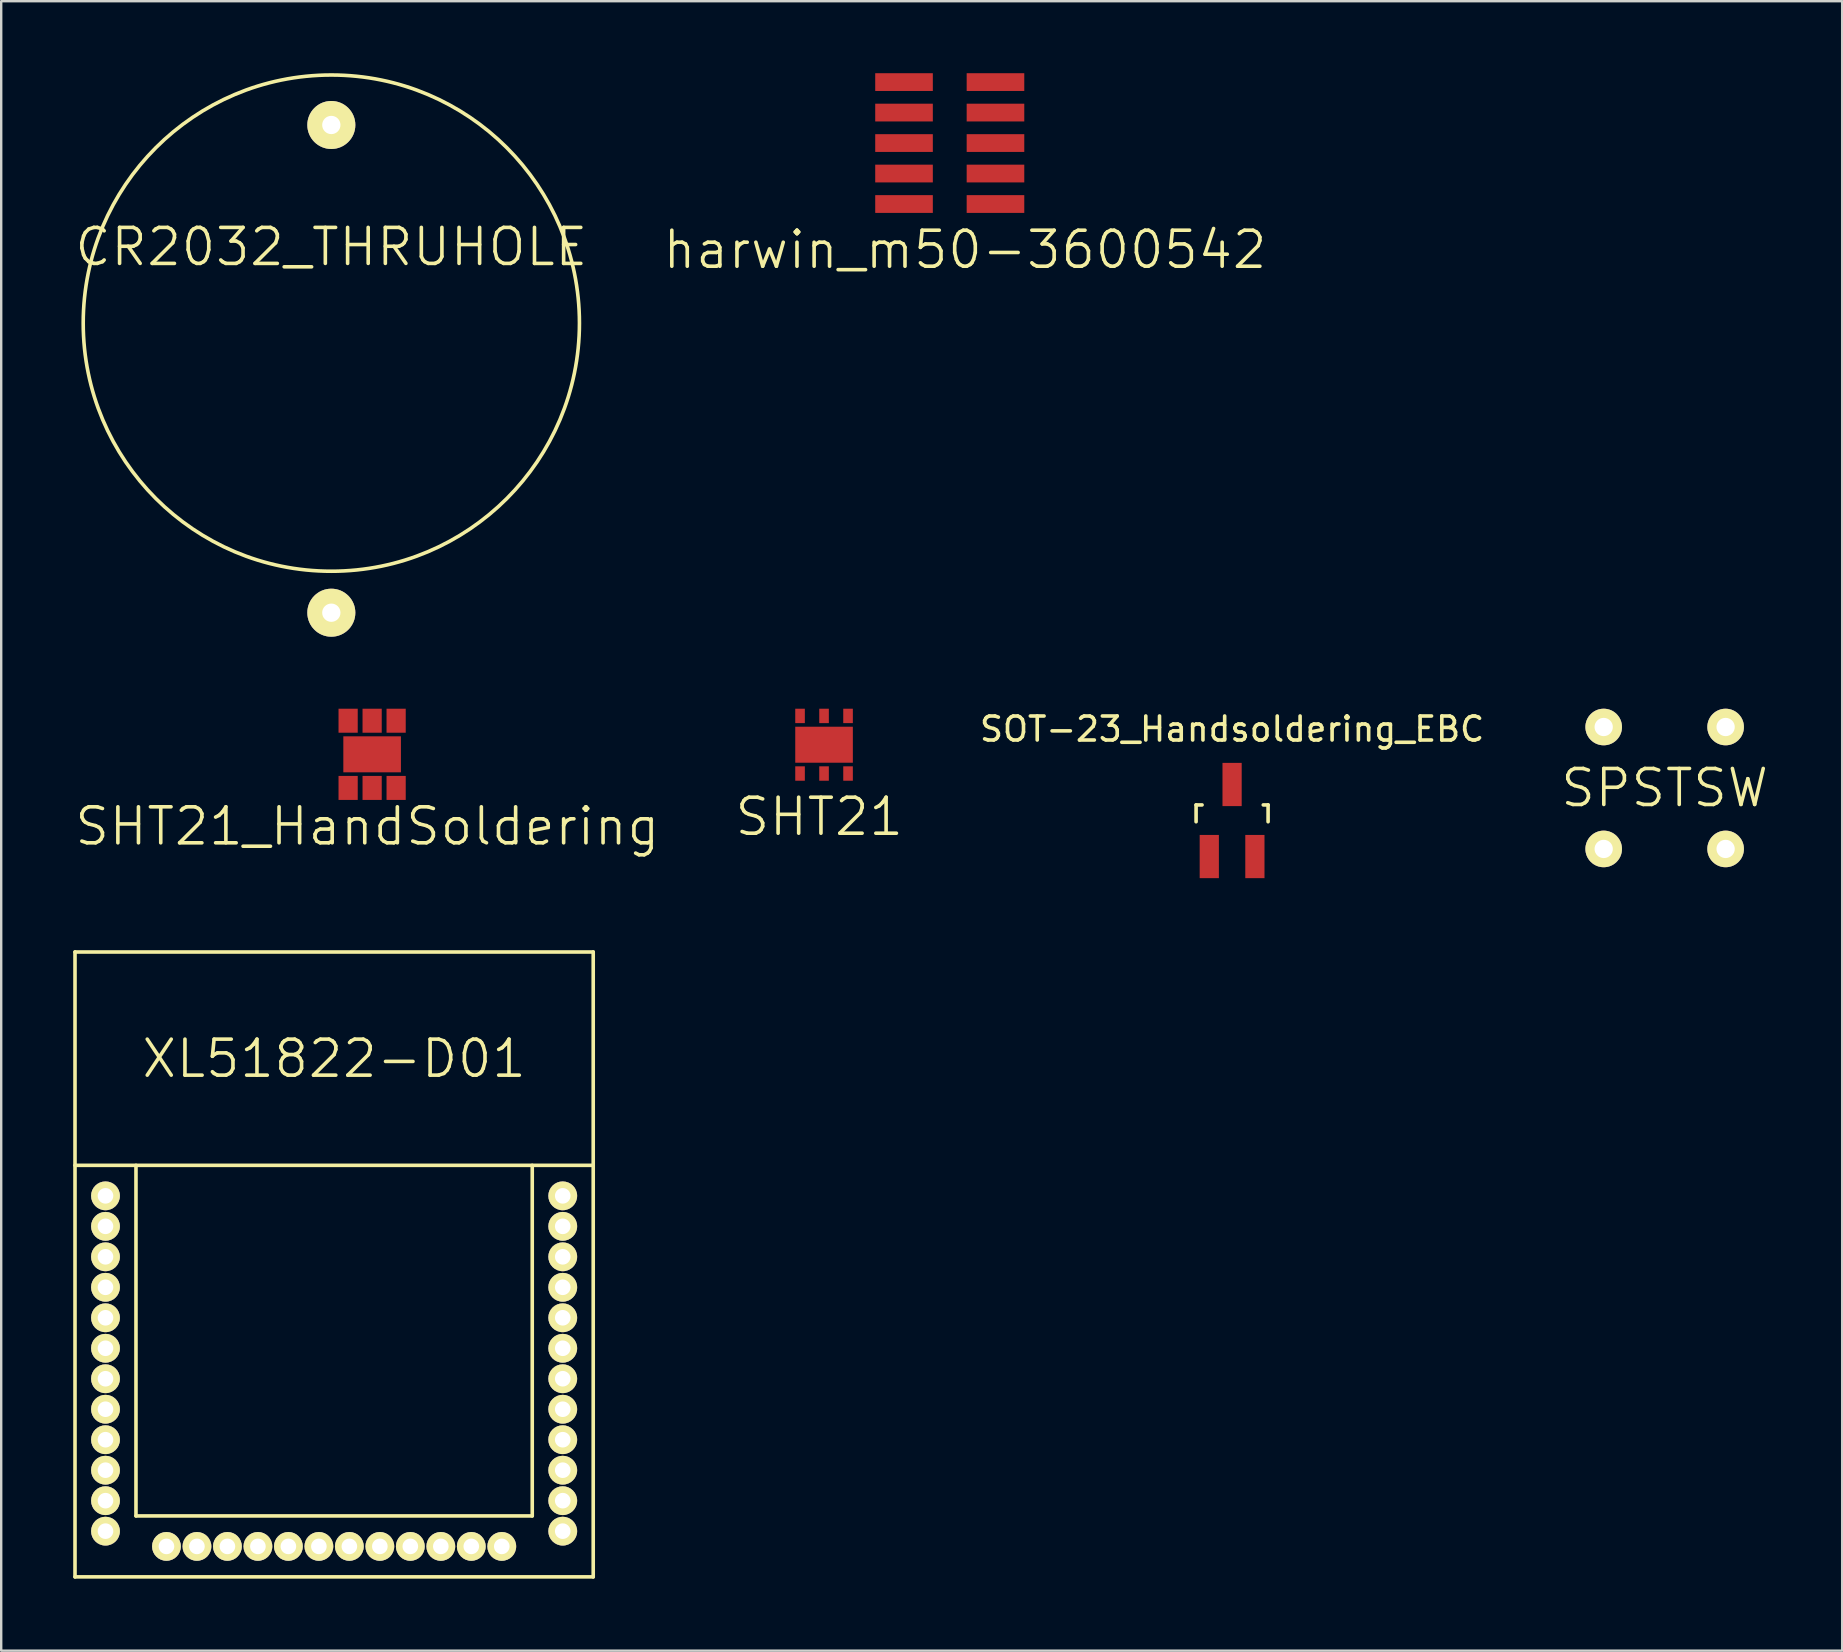
<source format=kicad_pcb>
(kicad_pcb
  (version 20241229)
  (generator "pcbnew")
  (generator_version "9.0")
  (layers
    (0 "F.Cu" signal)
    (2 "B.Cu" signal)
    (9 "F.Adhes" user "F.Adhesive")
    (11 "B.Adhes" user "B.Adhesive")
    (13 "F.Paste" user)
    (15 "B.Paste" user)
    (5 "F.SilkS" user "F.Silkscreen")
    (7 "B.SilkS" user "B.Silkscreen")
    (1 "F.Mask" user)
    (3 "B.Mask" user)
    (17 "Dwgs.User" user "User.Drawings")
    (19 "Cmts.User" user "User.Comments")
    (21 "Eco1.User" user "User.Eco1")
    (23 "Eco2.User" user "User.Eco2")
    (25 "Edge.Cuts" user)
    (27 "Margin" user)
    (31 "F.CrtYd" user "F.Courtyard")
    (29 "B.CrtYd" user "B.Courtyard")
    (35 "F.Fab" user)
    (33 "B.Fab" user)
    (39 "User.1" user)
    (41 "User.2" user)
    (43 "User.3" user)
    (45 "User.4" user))
  (footprint "SHT21_HandSoldering"
    (layer "F.Cu")
    (at 11.454 29.577)
    (property "Reference" "SHT21_HandSoldering" (at 0.8 1.8 0) (layer "F.SilkS") (effects (font (size 1.5 1.5) (thickness 0.15))))
    (attr through_hole)
    (pad "1" smd rect (at 0 0.2) (size 0.8 1) (layers "F.Cu" "F.Mask" "F.Paste"))
    (pad "2" smd rect (at 1 0.2) (size 0.8 1) (layers "F.Cu" "F.Mask" "F.Paste"))
    (pad "3" smd rect (at 2 0.2) (size 0.8 1) (layers "F.Cu" "F.Mask" "F.Paste"))
    (pad "4" smd rect (at 2 -2.6) (size 0.8 1) (layers "F.Cu" "F.Mask" "F.Paste"))
    (pad "5" smd rect (at 1 -2.6) (size 0.8 1) (layers "F.Cu" "F.Mask" "F.Paste"))
    (pad "6" smd rect (at 0 -2.6) (size 0.8 1) (layers "F.Cu" "F.Mask" "F.Paste"))
    (pad "7" smd rect (at 1 -1.2) (size 2.4 1.5) (layers "F.Cu" "F.Mask" "F.Paste")))
  (footprint "XL51822-D01"
    (layer "F.Cu")
    (at 1.345 46.772)
    (property "Reference" "XL51822-D01" (at 9.525 -5.715 0) (layer "F.SilkS") (effects (font (size 1.5 1.5) (thickness 0.15))))
    (attr through_hole)
    (fp_line (start -1.27 -10.16) (end -1.27 15.875) (stroke (width 0.15) (type solid)) (layer "F.SilkS"))
    (fp_line (start -1.27 -1.27) (end 20.32 -1.27) (stroke (width 0.15) (type solid)) (layer "F.SilkS"))
    (fp_line (start -1.27 15.875) (end 20.32 15.875) (stroke (width 0.15) (type solid)) (layer "F.SilkS"))
    (fp_line (start 1.27 -1.27) (end 1.27 13.335) (stroke (width 0.15) (type solid)) (layer "F.SilkS"))
    (fp_line (start 1.27 13.335) (end 17.78 13.335) (stroke (width 0.15) (type solid)) (layer "F.SilkS"))
    (fp_line (start 17.78 13.335) (end 17.78 -1.27) (stroke (width 0.15) (type solid)) (layer "F.SilkS"))
    (fp_line (start 20.32 -10.16) (end -1.27 -10.16) (stroke (width 0.15) (type solid)) (layer "F.SilkS"))
    (fp_line (start 20.32 15.875) (end 20.32 -10.16) (stroke (width 0.15) (type solid)) (layer "F.SilkS"))
    (pad "1" thru_hole circle (at 0 0) (size 1.2 1.2) (drill 0.65) (layers "*.Cu" "*.Mask" "F.SilkS"))
    (pad "2" thru_hole circle (at 0 1.27) (size 1.2 1.2) (drill 0.65) (layers "*.Cu" "*.Mask" "F.SilkS"))
    (pad "3" thru_hole circle (at 0 2.54) (size 1.2 1.2) (drill 0.65) (layers "*.Cu" "*.Mask" "F.SilkS"))
    (pad "4" thru_hole circle (at 0 3.81) (size 1.2 1.2) (drill 0.65) (layers "*.Cu" "*.Mask" "F.SilkS"))
    (pad "5" thru_hole circle (at 0 5.08) (size 1.2 1.2) (drill 0.65) (layers "*.Cu" "*.Mask" "F.SilkS"))
    (pad "6" thru_hole circle (at 0 6.35) (size 1.2 1.2) (drill 0.65) (layers "*.Cu" "*.Mask" "F.SilkS"))
    (pad "7" thru_hole circle (at 0 7.62) (size 1.2 1.2) (drill 0.65) (layers "*.Cu" "*.Mask" "F.SilkS"))
    (pad "8" thru_hole circle (at 0 8.89) (size 1.2 1.2) (drill 0.65) (layers "*.Cu" "*.Mask" "F.SilkS"))
    (pad "9" thru_hole circle (at 0 10.16) (size 1.2 1.2) (drill 0.65) (layers "*.Cu" "*.Mask" "F.SilkS"))
    (pad "10" thru_hole circle (at 0 11.43) (size 1.2 1.2) (drill 0.65) (layers "*.Cu" "*.Mask" "F.SilkS"))
    (pad "11" thru_hole circle (at 0 12.7) (size 1.2 1.2) (drill 0.65) (layers "*.Cu" "*.Mask" "F.SilkS"))
    (pad "12" thru_hole circle (at 0 13.97) (size 1.2 1.2) (drill 0.65) (layers "*.Cu" "*.Mask" "F.SilkS"))
    (pad "13" thru_hole circle (at 2.54 14.605) (size 1.2 1.2) (drill 0.65) (layers "*.Cu" "*.Mask" "F.SilkS"))
    (pad "14" thru_hole circle (at 3.81 14.605) (size 1.2 1.2) (drill 0.65) (layers "*.Cu" "*.Mask" "F.SilkS"))
    (pad "15" thru_hole circle (at 5.08 14.605) (size 1.2 1.2) (drill 0.65) (layers "*.Cu" "*.Mask" "F.SilkS"))
    (pad "16" thru_hole circle (at 6.35 14.605) (size 1.2 1.2) (drill 0.65) (layers "*.Cu" "*.Mask" "F.SilkS"))
    (pad "17" thru_hole circle (at 7.62 14.605) (size 1.2 1.2) (drill 0.65) (layers "*.Cu" "*.Mask" "F.SilkS"))
    (pad "18" thru_hole circle (at 8.89 14.605) (size 1.2 1.2) (drill 0.65) (layers "*.Cu" "*.Mask" "F.SilkS"))
    (pad "19" thru_hole circle (at 10.16 14.605) (size 1.2 1.2) (drill 0.65) (layers "*.Cu" "*.Mask" "F.SilkS"))
    (pad "20" thru_hole circle (at 11.43 14.605) (size 1.2 1.2) (drill 0.65) (layers "*.Cu" "*.Mask" "F.SilkS"))
    (pad "21" thru_hole circle (at 12.7 14.605) (size 1.2 1.2) (drill 0.65) (layers "*.Cu" "*.Mask" "F.SilkS"))
    (pad "22" thru_hole circle (at 13.97 14.605) (size 1.2 1.2) (drill 0.65) (layers "*.Cu" "*.Mask" "F.SilkS"))
    (pad "23" thru_hole circle (at 15.24 14.605) (size 1.2 1.2) (drill 0.65) (layers "*.Cu" "*.Mask" "F.SilkS"))
    (pad "24" thru_hole circle (at 16.51 14.605) (size 1.2 1.2) (drill 0.65) (layers "*.Cu" "*.Mask" "F.SilkS"))
    (pad "25" thru_hole circle (at 19.05 13.97) (size 1.2 1.2) (drill 0.65) (layers "*.Cu" "*.Mask" "F.SilkS"))
    (pad "26" thru_hole circle (at 19.05 12.7) (size 1.2 1.2) (drill 0.65) (layers "*.Cu" "*.Mask" "F.SilkS"))
    (pad "27" thru_hole circle (at 19.05 11.43) (size 1.2 1.2) (drill 0.65) (layers "*.Cu" "*.Mask" "F.SilkS"))
    (pad "28" thru_hole circle (at 19.05 10.16) (size 1.2 1.2) (drill 0.65) (layers "*.Cu" "*.Mask" "F.SilkS"))
    (pad "29" thru_hole circle (at 19.05 8.89) (size 1.2 1.2) (drill 0.65) (layers "*.Cu" "*.Mask" "F.SilkS"))
    (pad "30" thru_hole circle (at 19.05 7.62) (size 1.2 1.2) (drill 0.65) (layers "*.Cu" "*.Mask" "F.SilkS"))
    (pad "31" thru_hole circle (at 19.05 6.35) (size 1.2 1.2) (drill 0.65) (layers "*.Cu" "*.Mask" "F.SilkS"))
    (pad "32" thru_hole circle (at 19.05 5.08) (size 1.2 1.2) (drill 0.65) (layers "*.Cu" "*.Mask" "F.SilkS"))
    (pad "33" thru_hole circle (at 19.05 3.81) (size 1.2 1.2) (drill 0.65) (layers "*.Cu" "*.Mask" "F.SilkS"))
    (pad "34" thru_hole circle (at 19.05 2.54) (size 1.2 1.2) (drill 0.65) (layers "*.Cu" "*.Mask" "F.SilkS"))
    (pad "35" thru_hole circle (at 19.05 1.27) (size 1.2 1.2) (drill 0.65) (layers "*.Cu" "*.Mask" "F.SilkS"))
    (pad "36" thru_hole circle (at 19.05 0) (size 1.2 1.2) (drill 0.65) (layers "*.Cu" "*.Mask" "F.SilkS")))
  (footprint "CR2032_THRUHOLE"
    (layer "F.Cu")
    (at 10.754 2.157)
    (property "Reference" "CR2032_THRUHOLE" (at 0 5.08 0) (layer "F.SilkS") (effects (font (size 1.5 1.5) (thickness 0.15))))
    (attr through_hole)
    (fp_circle (center 0 8.255) (end 10.16 10.16) (stroke (width 0.15) (type solid)) (fill no) (layer "F.SilkS"))
    (pad "1" thru_hole circle (at 0 0) (size 2 2) (drill 0.762) (layers "*.Cu" "*.Mask" "F.SilkS"))
    (pad "2" thru_hole circle (at 0 20.32) (size 2 2) (drill 0.762) (layers "*.Cu" "*.Mask" "F.SilkS")))
  (footprint "harwin_m50-3600542"
    (layer "F.Cu")
    (at 34.614 0.37)
    (property "Reference" "harwin_m50-3600542" (at 2.54 6.985 0) (layer "F.SilkS") (effects (font (size 1.5 1.5) (thickness 0.15))))
    (attr through_hole)
    (pad "1" smd rect (at 0 0) (size 2.4 0.74) (layers "F.Cu" "F.Mask" "F.Paste"))
    (pad "2" smd rect (at 3.81 0) (size 2.4 0.74) (layers "F.Cu" "F.Mask" "F.Paste"))
    (pad "3" smd rect (at 0 1.27) (size 2.4 0.74) (layers "F.Cu" "F.Mask" "F.Paste"))
    (pad "4" smd rect (at 3.81 1.27) (size 2.4 0.74) (layers "F.Cu" "F.Mask" "F.Paste"))
    (pad "5" smd rect (at 0 2.54) (size 2.4 0.74) (layers "F.Cu" "F.Mask" "F.Paste"))
    (pad "6" smd rect (at 3.81 2.54) (size 2.4 0.74) (layers "F.Cu" "F.Mask" "F.Paste"))
    (pad "7" smd rect (at 0 3.81) (size 2.4 0.74) (layers "F.Cu" "F.Mask" "F.Paste"))
    (pad "8" smd rect (at 3.81 3.81) (size 2.4 0.74) (layers "F.Cu" "F.Mask" "F.Paste"))
    (pad "9" smd rect (at 0 5.08) (size 2.4 0.74) (layers "F.Cu" "F.Mask" "F.Paste"))
    (pad "10" smd rect (at 3.81 5.08) (size 2.4 0.74) (layers "F.Cu" "F.Mask" "F.Paste")))
  (footprint "SHT21"
    (layer "F.Cu")
    (at 30.282 29.177)
    (property "Reference" "SHT21" (at 0.8 1.8 0) (layer "F.SilkS") (effects (font (size 1.5 1.5) (thickness 0.15))))
    (attr through_hole)
    (pad "1" smd rect (at 0 0) (size 0.4 0.6) (layers "F.Cu" "F.Mask" "F.Paste"))
    (pad "2" smd rect (at 1 0) (size 0.4 0.6) (layers "F.Cu" "F.Mask" "F.Paste"))
    (pad "3" smd rect (at 2 0) (size 0.4 0.6) (layers "F.Cu" "F.Mask" "F.Paste"))
    (pad "4" smd rect (at 2 -2.4) (size 0.4 0.6) (layers "F.Cu" "F.Mask" "F.Paste"))
    (pad "5" smd rect (at 1 -2.4) (size 0.4 0.6) (layers "F.Cu" "F.Mask" "F.Paste"))
    (pad "6" smd rect (at 0 -2.4) (size 0.4 0.6) (layers "F.Cu" "F.Mask" "F.Paste"))
    (pad "7" smd rect (at 1 -1.2) (size 2.4 1.5) (layers "F.Cu" "F.Mask" "F.Paste")))
  (footprint "SOT-23_Handsoldering_EBC"
    (layer "F.Cu")
    (at 48.282 31.135)
    (property "Reference" "SOT-23_Handsoldering_EBC" (at 0 -3.81 0) (layer "F.SilkS") (effects (font (size 1 1) (thickness 0.15))))
    (attr smd)
    (fp_line (start -1.5 -0.65) (end -1.251 -0.65) (stroke (width 0.15) (type solid)) (layer "F.SilkS"))
    (fp_line (start -1.5 0.051) (end -1.5 -0.65) (stroke (width 0.15) (type solid)) (layer "F.SilkS"))
    (fp_line (start 1.299 -0.65) (end 1.5 -0.65) (stroke (width 0.15) (type solid)) (layer "F.SilkS"))
    (fp_line (start 1.5 -0.65) (end 1.5 0.051) (stroke (width 0.15) (type solid)) (layer "F.SilkS"))
    (pad "1" smd rect (at 0.95 1.501) (size 0.8 1.801) (layers "F.Cu" "F.Mask" "F.Paste"))
    (pad "2" smd rect (at -0.95 1.501) (size 0.8 1.801) (layers "F.Cu" "F.Mask" "F.Paste"))
    (pad "3" smd rect (at 0 -1.501) (size 0.8 1.801) (layers "F.Cu" "F.Mask" "F.Paste")))
  (footprint "SPSTSW"
    (layer "F.Cu")
    (at 63.764 27.239)
    (property "Reference" "SPSTSW" (at 2.54 2.54 0) (layer "F.SilkS") (effects (font (size 1.5 1.5) (thickness 0.15))))
    (attr through_hole)
    (pad "1" thru_hole circle (at 0 0) (size 1.524 1.524) (drill 0.762) (layers "*.Cu" "*.Mask" "F.SilkS"))
    (pad "2" thru_hole circle (at 5.08 0) (size 1.524 1.524) (drill 0.762) (layers "*.Cu" "*.Mask" "F.SilkS"))
    (pad "3" thru_hole circle (at 5.08 5.08) (size 1.524 1.524) (drill 0.762) (layers "*.Cu" "*.Mask" "F.SilkS"))
    (pad "4" thru_hole circle (at 0 5.08) (size 1.524 1.524) (drill 0.762) (layers "*.Cu" "*.Mask" "F.SilkS")))
  (gr_rect
    (start -3 -3)
    (end 73.7 65.722)
    (stroke (width 0.1) (type default))
    (fill no)
    (layer "Edge.Cuts")))
</source>
